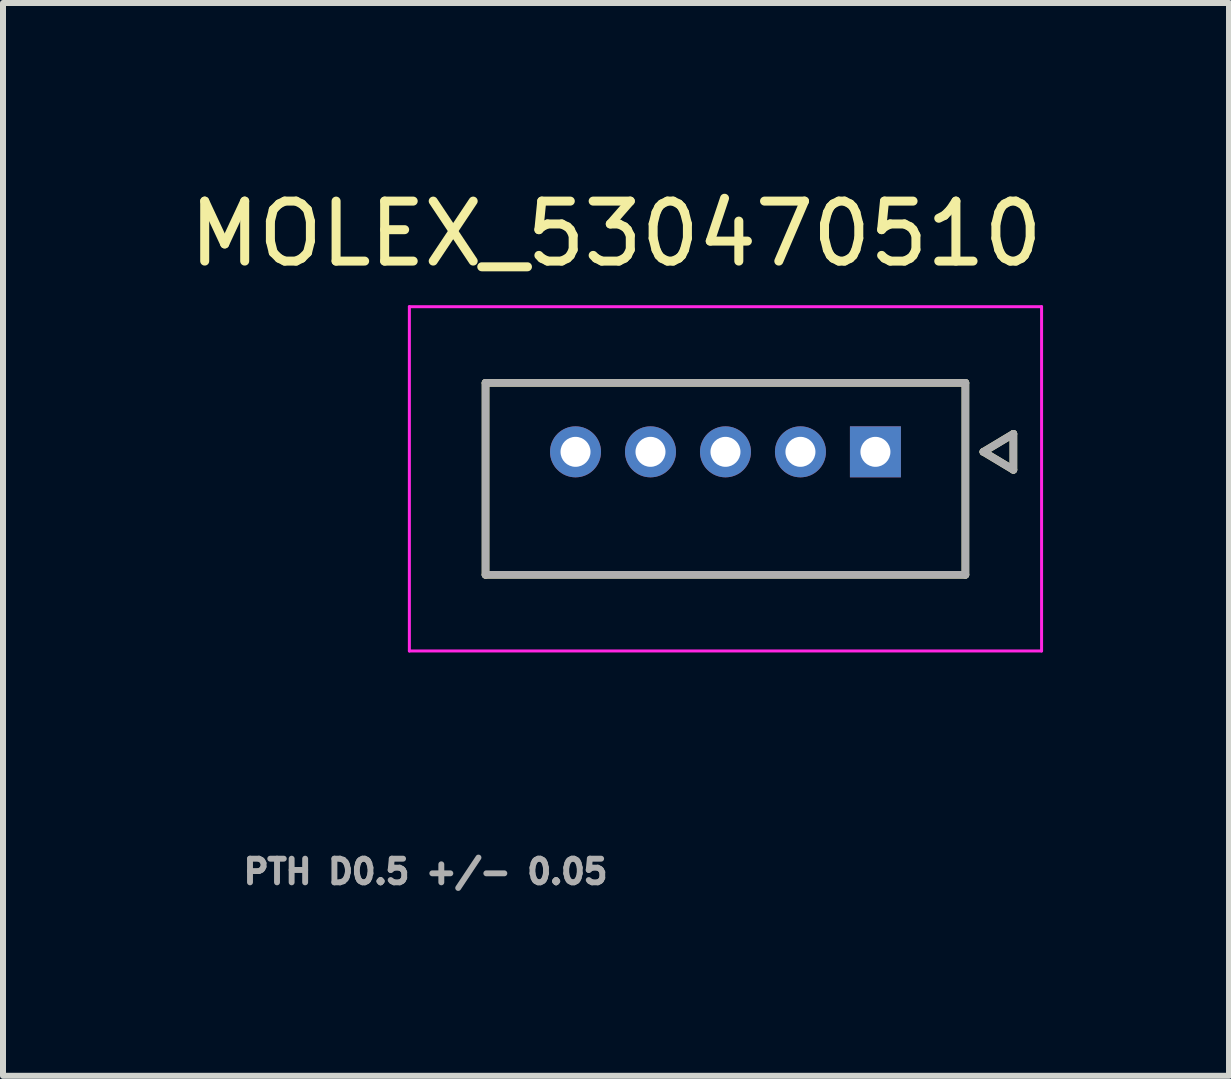
<source format=kicad_pcb>
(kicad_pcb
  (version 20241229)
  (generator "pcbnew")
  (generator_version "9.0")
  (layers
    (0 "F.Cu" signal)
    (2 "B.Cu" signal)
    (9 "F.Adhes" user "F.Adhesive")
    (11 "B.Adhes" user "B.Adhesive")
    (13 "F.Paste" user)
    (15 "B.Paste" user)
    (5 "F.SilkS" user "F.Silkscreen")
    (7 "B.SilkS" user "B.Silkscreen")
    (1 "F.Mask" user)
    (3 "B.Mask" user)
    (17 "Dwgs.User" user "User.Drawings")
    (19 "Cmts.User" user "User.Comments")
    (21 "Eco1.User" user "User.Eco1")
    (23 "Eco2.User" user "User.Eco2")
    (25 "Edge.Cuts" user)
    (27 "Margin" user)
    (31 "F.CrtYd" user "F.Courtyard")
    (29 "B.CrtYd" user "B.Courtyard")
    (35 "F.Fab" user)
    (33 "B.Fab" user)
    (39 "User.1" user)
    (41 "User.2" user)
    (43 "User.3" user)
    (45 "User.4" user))
  (footprint "MOLEX_530470510"
    (layer "F.Cu")
    (at 11.545 4.483)
    (property "Reference" "MOLEX_530470510" (at -4.325 -3.635 0) (layer "F.SilkS") (effects (font (size 1 1) (thickness 0.15))))
    (attr through_hole)
    (fp_circle (center -5 0) (end -4.749 0) (stroke (width 0.501) (type solid)) (fill no) (layer "F.Mask"))
    (fp_circle (center -3.75 0) (end -3.499 0) (stroke (width 0.501) (type solid)) (fill no) (layer "F.Mask"))
    (fp_circle (center -2.5 0) (end -2.249 0) (stroke (width 0.501) (type solid)) (fill no) (layer "F.Mask"))
    (fp_circle (center -1.25 0) (end -0.999 0) (stroke (width 0.501) (type solid)) (fill no) (layer "F.Mask"))
    (fp_poly (pts (xy -0.501 -0.501) (xy 0.501 -0.501) (xy 0.501 0.501) (xy -0.501 0.501)) (stroke (width 0.01) (type solid)) (fill yes) (layer "F.Mask"))
    (fp_circle (center -5 0) (end -4.749 0) (stroke (width 0.501) (type solid)) (fill no) (layer "B.Mask"))
    (fp_circle (center -3.75 0) (end -3.499 0) (stroke (width 0.501) (type solid)) (fill no) (layer "B.Mask"))
    (fp_circle (center -2.5 0) (end -2.249 0) (stroke (width 0.501) (type solid)) (fill no) (layer "B.Mask"))
    (fp_circle (center -1.25 0) (end -0.999 0) (stroke (width 0.501) (type solid)) (fill no) (layer "B.Mask"))
    (fp_poly (pts (xy -0.501 -0.501) (xy 0.501 -0.501) (xy 0.501 0.501) (xy -0.501 0.501)) (stroke (width 0.01) (type solid)) (fill yes) (layer "B.Mask"))
    (fp_line (start -6.5 -1.15) (end 1.5 -1.15) (stroke (width 0.127) (type solid)) (layer "F.SilkS"))
    (fp_line (start -6.5 2.05) (end -6.5 -1.15) (stroke (width 0.127) (type solid)) (layer "F.SilkS"))
    (fp_line (start 1.5 -1.15) (end 1.5 2.05) (stroke (width 0.127) (type solid)) (layer "F.SilkS"))
    (fp_line (start 1.5 2.05) (end -6.5 2.05) (stroke (width 0.127) (type solid)) (layer "F.SilkS"))
    (fp_line (start 1.8 0) (end 2.3 -0.3) (stroke (width 0.127) (type solid)) (layer "F.SilkS"))
    (fp_line (start 2.3 -0.3) (end 2.3 0.3) (stroke (width 0.127) (type solid)) (layer "F.SilkS"))
    (fp_line (start 2.3 0.3) (end 1.8 0) (stroke (width 0.127) (type solid)) (layer "F.SilkS"))
    (fp_line (start -7.77 -2.42) (end 2.77 -2.42) (stroke (width 0.05) (type solid)) (layer "F.CrtYd"))
    (fp_line (start -7.77 3.32) (end -7.77 -2.42) (stroke (width 0.05) (type solid)) (layer "F.CrtYd"))
    (fp_line (start 2.77 -2.42) (end 2.77 3.32) (stroke (width 0.05) (type solid)) (layer "F.CrtYd"))
    (fp_line (start 2.77 3.32) (end -7.77 3.32) (stroke (width 0.05) (type solid)) (layer "F.CrtYd"))
    (fp_line (start -6.5 -1.15) (end 1.5 -1.15) (stroke (width 0.127) (type solid)) (layer "F.Fab"))
    (fp_line (start -6.5 2.05) (end -6.5 -1.15) (stroke (width 0.127) (type solid)) (layer "F.Fab"))
    (fp_line (start 1.5 -1.15) (end 1.5 2.05) (stroke (width 0.127) (type solid)) (layer "F.Fab"))
    (fp_line (start 1.5 2.05) (end -6.5 2.05) (stroke (width 0.127) (type solid)) (layer "F.Fab"))
    (fp_line (start 1.8 0) (end 2.3 -0.3) (stroke (width 0.127) (type solid)) (layer "F.Fab"))
    (fp_line (start 2.3 -0.3) (end 2.3 0.3) (stroke (width 0.127) (type solid)) (layer "F.Fab"))
    (fp_line (start 2.3 0.3) (end 1.8 0) (stroke (width 0.127) (type solid)) (layer "F.Fab"))
    (fp_text user "PTH D0.5 +/- 0.05" (at -7.5 7 0) (layer "F.Fab") (effects (font (size 0.394 0.394) (thickness 0.15))))
    (pad "1" thru_hole rect (at 0 0) (size 0.85 0.85) (drill 0.5) (layers "*.Cu"))
    (pad "2" thru_hole circle (at -1.25 0) (size 0.85 0.85) (drill 0.5) (layers "*.Cu"))
    (pad "3" thru_hole circle (at -2.5 0) (size 0.85 0.85) (drill 0.5) (layers "*.Cu"))
    (pad "4" thru_hole circle (at -3.75 0) (size 0.85 0.85) (drill 0.5) (layers "*.Cu"))
    (pad "5" thru_hole circle (at -5 0) (size 0.85 0.85) (drill 0.5) (layers "*.Cu")))
  (gr_rect
    (start -3 -3)
    (end 17.44 14.886)
    (stroke (width 0.1) (type default))
    (fill no)
    (layer "Edge.Cuts")))
</source>
